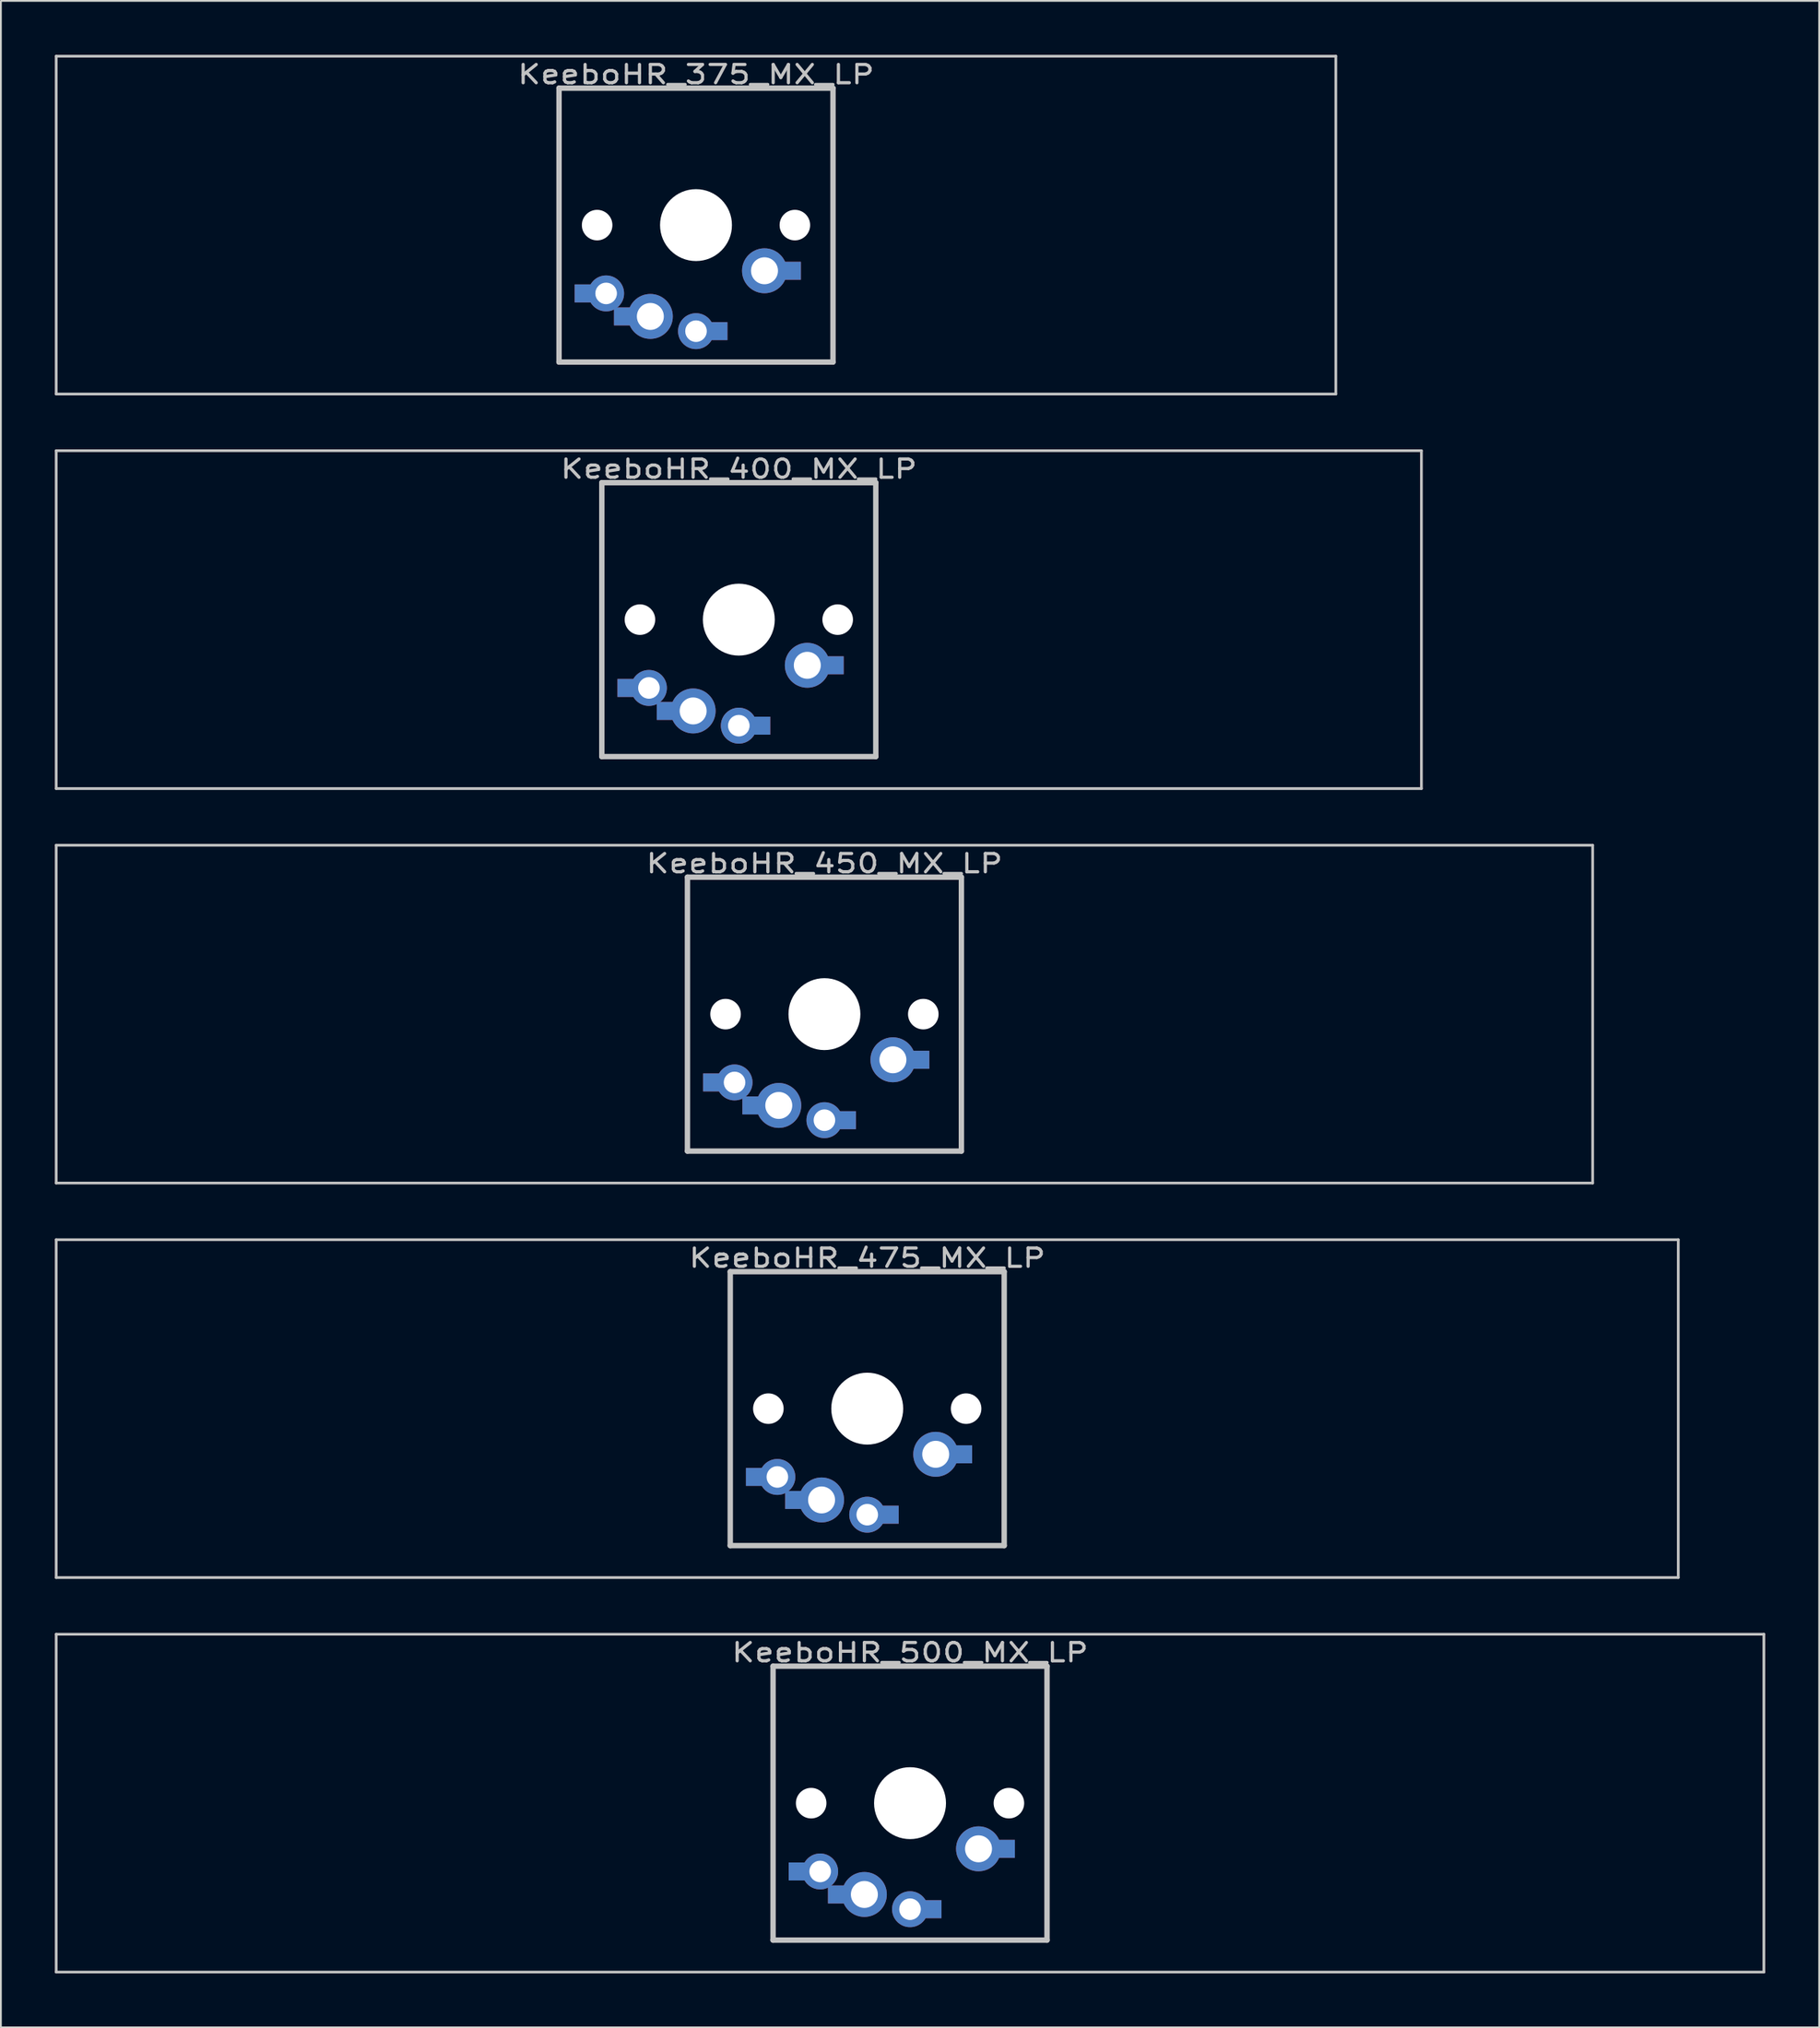
<source format=kicad_pcb>
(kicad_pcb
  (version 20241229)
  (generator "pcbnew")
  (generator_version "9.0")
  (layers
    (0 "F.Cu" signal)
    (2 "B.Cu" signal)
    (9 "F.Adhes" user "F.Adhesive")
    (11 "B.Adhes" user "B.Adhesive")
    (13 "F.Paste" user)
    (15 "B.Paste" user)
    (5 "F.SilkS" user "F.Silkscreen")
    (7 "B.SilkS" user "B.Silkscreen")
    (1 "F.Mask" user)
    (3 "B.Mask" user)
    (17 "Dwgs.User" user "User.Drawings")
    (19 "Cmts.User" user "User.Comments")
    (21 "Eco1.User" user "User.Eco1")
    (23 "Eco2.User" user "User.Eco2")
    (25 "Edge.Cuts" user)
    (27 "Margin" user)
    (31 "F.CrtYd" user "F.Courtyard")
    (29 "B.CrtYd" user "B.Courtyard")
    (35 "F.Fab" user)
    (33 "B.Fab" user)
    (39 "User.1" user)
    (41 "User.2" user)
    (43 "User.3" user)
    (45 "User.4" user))
  (footprint "KeeboHR_400_MX_LP"
    (layer "F.Cu")
    (at 38.049 31.423)
    (property "Reference" "KeeboHR_400_MX_LP" (at 0 -8.382 0) (layer "Dwgs.User") (effects (font (size 1.016 1.27) (thickness 0.178))))
    (attr through_hole)
    (fp_line (start -37.973 -9.398) (end 37.973 -9.398) (stroke (width 0.152) (type solid)) (layer "Dwgs.User"))
    (fp_line (start -37.973 9.398) (end -37.973 -9.398) (stroke (width 0.152) (type solid)) (layer "Dwgs.User"))
    (fp_line (start -7.62 -7.62) (end 7.62 -7.62) (stroke (width 0.3) (type solid)) (layer "Dwgs.User"))
    (fp_line (start -7.62 7.62) (end -7.62 -7.62) (stroke (width 0.3) (type solid)) (layer "Dwgs.User"))
    (fp_line (start 7.62 -7.62) (end 7.62 7.62) (stroke (width 0.3) (type solid)) (layer "Dwgs.User"))
    (fp_line (start 7.62 7.62) (end -7.62 7.62) (stroke (width 0.3) (type solid)) (layer "Dwgs.User"))
    (fp_line (start 37.973 -9.398) (end 37.973 9.398) (stroke (width 0.152) (type solid)) (layer "Dwgs.User"))
    (fp_line (start 37.973 9.398) (end -37.973 9.398) (stroke (width 0.152) (type solid)) (layer "Dwgs.User"))
    (pad "" np_thru_hole circle (at -5.5 0) (size 1.7 1.7) (drill 1.7) (layers "*.Cu" "*.Mask"))
    (pad "" np_thru_hole circle (at 0 0) (size 4 4) (drill 4) (layers "*.Cu" "*.Mask"))
    (pad "" np_thru_hole circle (at 5.5 0) (size 1.7 1.7) (drill 1.7) (layers "*.Cu" "*.Mask"))
    (pad "1" thru_hole circle (at 0 5.9) (size 2 2) (drill 1.2) (layers "*.Cu" "*.Mask"))
    (pad "1" smd rect (at 1.25 5.9) (size 1 1) (layers "*.Cu" "*.Mask"))
    (pad "1" thru_hole circle (at 3.81 2.54) (size 2.5 2.5) (drill 1.5) (layers "*.Cu" "*.Mask"))
    (pad "1" smd rect (at 5.334 2.54) (size 1 1) (layers "*.Cu" "*.Mask"))
    (pad "2" smd rect (at -6.25 3.8) (size 1 1) (layers "*.Cu" "*.Mask"))
    (pad "2" thru_hole circle (at -5 3.8) (size 2 2) (drill 1.2) (layers "*.Cu" "*.Mask"))
    (pad "2" smd rect (at -4.064 5.08) (size 1 1) (layers "*.Cu" "*.Mask"))
    (pad "2" thru_hole circle (at -2.54 5.08) (size 2.5 2.5) (drill 1.5) (layers "*.Cu" "*.Mask")))
  (footprint "KeeboHR_375_MX_LP"
    (layer "F.Cu")
    (at 35.668 9.474)
    (property "Reference" "KeeboHR_375_MX_LP" (at 0 -8.382 0) (layer "Dwgs.User") (effects (font (size 1.016 1.27) (thickness 0.178))))
    (attr through_hole)
    (fp_line (start -35.592 -9.398) (end 35.592 -9.398) (stroke (width 0.152) (type solid)) (layer "Dwgs.User"))
    (fp_line (start -35.592 9.398) (end -35.592 -9.398) (stroke (width 0.152) (type solid)) (layer "Dwgs.User"))
    (fp_line (start -7.62 -7.62) (end 7.62 -7.62) (stroke (width 0.3) (type solid)) (layer "Dwgs.User"))
    (fp_line (start -7.62 7.62) (end -7.62 -7.62) (stroke (width 0.3) (type solid)) (layer "Dwgs.User"))
    (fp_line (start 7.62 -7.62) (end 7.62 7.62) (stroke (width 0.3) (type solid)) (layer "Dwgs.User"))
    (fp_line (start 7.62 7.62) (end -7.62 7.62) (stroke (width 0.3) (type solid)) (layer "Dwgs.User"))
    (fp_line (start 35.592 -9.398) (end 35.592 9.398) (stroke (width 0.152) (type solid)) (layer "Dwgs.User"))
    (fp_line (start 35.592 9.398) (end -35.592 9.398) (stroke (width 0.152) (type solid)) (layer "Dwgs.User"))
    (pad "" np_thru_hole circle (at -5.5 0) (size 1.7 1.7) (drill 1.7) (layers "*.Cu" "*.Mask"))
    (pad "" np_thru_hole circle (at 0 0) (size 4 4) (drill 4) (layers "*.Cu" "*.Mask"))
    (pad "" np_thru_hole circle (at 5.5 0) (size 1.7 1.7) (drill 1.7) (layers "*.Cu" "*.Mask"))
    (pad "1" thru_hole circle (at 0 5.9) (size 2 2) (drill 1.2) (layers "*.Cu" "*.Mask"))
    (pad "1" smd rect (at 1.25 5.9) (size 1 1) (layers "*.Cu" "*.Mask"))
    (pad "1" thru_hole circle (at 3.81 2.54) (size 2.5 2.5) (drill 1.5) (layers "*.Cu" "*.Mask"))
    (pad "1" smd rect (at 5.334 2.54) (size 1 1) (layers "*.Cu" "*.Mask"))
    (pad "2" smd rect (at -6.25 3.8) (size 1 1) (layers "*.Cu" "*.Mask"))
    (pad "2" thru_hole circle (at -5 3.8) (size 2 2) (drill 1.2) (layers "*.Cu" "*.Mask"))
    (pad "2" smd rect (at -4.064 5.08) (size 1 1) (layers "*.Cu" "*.Mask"))
    (pad "2" thru_hole circle (at -2.54 5.08) (size 2.5 2.5) (drill 1.5) (layers "*.Cu" "*.Mask")))
  (footprint "KeeboHR_475_MX_LP"
    (layer "F.Cu")
    (at 45.193 75.319)
    (property "Reference" "KeeboHR_475_MX_LP" (at 0 -8.382 0) (layer "Dwgs.User") (effects (font (size 1.016 1.27) (thickness 0.178))))
    (attr through_hole)
    (fp_line (start -45.117 -9.398) (end 45.117 -9.398) (stroke (width 0.152) (type solid)) (layer "Dwgs.User"))
    (fp_line (start -45.117 9.398) (end -45.117 -9.398) (stroke (width 0.152) (type solid)) (layer "Dwgs.User"))
    (fp_line (start -7.62 -7.62) (end 7.62 -7.62) (stroke (width 0.3) (type solid)) (layer "Dwgs.User"))
    (fp_line (start -7.62 7.62) (end -7.62 -7.62) (stroke (width 0.3) (type solid)) (layer "Dwgs.User"))
    (fp_line (start 7.62 -7.62) (end 7.62 7.62) (stroke (width 0.3) (type solid)) (layer "Dwgs.User"))
    (fp_line (start 7.62 7.62) (end -7.62 7.62) (stroke (width 0.3) (type solid)) (layer "Dwgs.User"))
    (fp_line (start 45.117 -9.398) (end 45.117 9.398) (stroke (width 0.152) (type solid)) (layer "Dwgs.User"))
    (fp_line (start 45.117 9.398) (end -45.117 9.398) (stroke (width 0.152) (type solid)) (layer "Dwgs.User"))
    (pad "" np_thru_hole circle (at -5.5 0) (size 1.7 1.7) (drill 1.7) (layers "*.Cu" "*.Mask"))
    (pad "" np_thru_hole circle (at 0 0) (size 4 4) (drill 4) (layers "*.Cu" "*.Mask"))
    (pad "" np_thru_hole circle (at 5.5 0) (size 1.7 1.7) (drill 1.7) (layers "*.Cu" "*.Mask"))
    (pad "1" thru_hole circle (at 0 5.9) (size 2 2) (drill 1.2) (layers "*.Cu" "*.Mask"))
    (pad "1" smd rect (at 1.25 5.9) (size 1 1) (layers "*.Cu" "*.Mask"))
    (pad "1" thru_hole circle (at 3.81 2.54) (size 2.5 2.5) (drill 1.5) (layers "*.Cu" "*.Mask"))
    (pad "1" smd rect (at 5.334 2.54) (size 1 1) (layers "*.Cu" "*.Mask"))
    (pad "2" smd rect (at -6.25 3.8) (size 1 1) (layers "*.Cu" "*.Mask"))
    (pad "2" thru_hole circle (at -5 3.8) (size 2 2) (drill 1.2) (layers "*.Cu" "*.Mask"))
    (pad "2" smd rect (at -4.064 5.08) (size 1 1) (layers "*.Cu" "*.Mask"))
    (pad "2" thru_hole circle (at -2.54 5.08) (size 2.5 2.5) (drill 1.5) (layers "*.Cu" "*.Mask")))
  (footprint "KeeboHR_450_MX_LP"
    (layer "F.Cu")
    (at 42.812 53.371)
    (property "Reference" "KeeboHR_450_MX_LP" (at 0 -8.382 0) (layer "Dwgs.User") (effects (font (size 1.016 1.27) (thickness 0.178))))
    (attr through_hole)
    (fp_line (start -42.736 -9.398) (end 42.736 -9.398) (stroke (width 0.152) (type solid)) (layer "Dwgs.User"))
    (fp_line (start -42.736 9.398) (end -42.736 -9.398) (stroke (width 0.152) (type solid)) (layer "Dwgs.User"))
    (fp_line (start -7.62 -7.62) (end 7.62 -7.62) (stroke (width 0.3) (type solid)) (layer "Dwgs.User"))
    (fp_line (start -7.62 7.62) (end -7.62 -7.62) (stroke (width 0.3) (type solid)) (layer "Dwgs.User"))
    (fp_line (start 7.62 -7.62) (end 7.62 7.62) (stroke (width 0.3) (type solid)) (layer "Dwgs.User"))
    (fp_line (start 7.62 7.62) (end -7.62 7.62) (stroke (width 0.3) (type solid)) (layer "Dwgs.User"))
    (fp_line (start 42.736 -9.398) (end 42.736 9.398) (stroke (width 0.152) (type solid)) (layer "Dwgs.User"))
    (fp_line (start 42.736 9.398) (end -42.736 9.398) (stroke (width 0.152) (type solid)) (layer "Dwgs.User"))
    (pad "" np_thru_hole circle (at -5.5 0) (size 1.7 1.7) (drill 1.7) (layers "*.Cu" "*.Mask"))
    (pad "" np_thru_hole circle (at 0 0) (size 4 4) (drill 4) (layers "*.Cu" "*.Mask"))
    (pad "" np_thru_hole circle (at 5.5 0) (size 1.7 1.7) (drill 1.7) (layers "*.Cu" "*.Mask"))
    (pad "1" thru_hole circle (at 0 5.9) (size 2 2) (drill 1.2) (layers "*.Cu" "*.Mask"))
    (pad "1" smd rect (at 1.25 5.9) (size 1 1) (layers "*.Cu" "*.Mask"))
    (pad "1" thru_hole circle (at 3.81 2.54) (size 2.5 2.5) (drill 1.5) (layers "*.Cu" "*.Mask"))
    (pad "1" smd rect (at 5.334 2.54) (size 1 1) (layers "*.Cu" "*.Mask"))
    (pad "2" smd rect (at -6.25 3.8) (size 1 1) (layers "*.Cu" "*.Mask"))
    (pad "2" thru_hole circle (at -5 3.8) (size 2 2) (drill 1.2) (layers "*.Cu" "*.Mask"))
    (pad "2" smd rect (at -4.064 5.08) (size 1 1) (layers "*.Cu" "*.Mask"))
    (pad "2" thru_hole circle (at -2.54 5.08) (size 2.5 2.5) (drill 1.5) (layers "*.Cu" "*.Mask")))
  (footprint "KeeboHR_500_MX_LP"
    (layer "F.Cu")
    (at 47.574 97.268)
    (property "Reference" "KeeboHR_500_MX_LP" (at 0 -8.382 0) (layer "Dwgs.User") (effects (font (size 1.016 1.27) (thickness 0.178))))
    (attr through_hole)
    (fp_line (start -47.498 -9.398) (end 47.498 -9.398) (stroke (width 0.152) (type solid)) (layer "Dwgs.User"))
    (fp_line (start -47.498 9.398) (end -47.498 -9.398) (stroke (width 0.152) (type solid)) (layer "Dwgs.User"))
    (fp_line (start -7.62 -7.62) (end 7.62 -7.62) (stroke (width 0.3) (type solid)) (layer "Dwgs.User"))
    (fp_line (start -7.62 7.62) (end -7.62 -7.62) (stroke (width 0.3) (type solid)) (layer "Dwgs.User"))
    (fp_line (start 7.62 -7.62) (end 7.62 7.62) (stroke (width 0.3) (type solid)) (layer "Dwgs.User"))
    (fp_line (start 7.62 7.62) (end -7.62 7.62) (stroke (width 0.3) (type solid)) (layer "Dwgs.User"))
    (fp_line (start 47.498 -9.398) (end 47.498 9.398) (stroke (width 0.152) (type solid)) (layer "Dwgs.User"))
    (fp_line (start 47.498 9.398) (end -47.498 9.398) (stroke (width 0.152) (type solid)) (layer "Dwgs.User"))
    (pad "" np_thru_hole circle (at -5.5 0) (size 1.7 1.7) (drill 1.7) (layers "*.Cu" "*.Mask"))
    (pad "" np_thru_hole circle (at 0 0) (size 4 4) (drill 4) (layers "*.Cu" "*.Mask"))
    (pad "" np_thru_hole circle (at 5.5 0) (size 1.7 1.7) (drill 1.7) (layers "*.Cu" "*.Mask"))
    (pad "1" thru_hole circle (at 0 5.9) (size 2 2) (drill 1.2) (layers "*.Cu" "*.Mask"))
    (pad "1" smd rect (at 1.25 5.9) (size 1 1) (layers "*.Cu" "*.Mask"))
    (pad "1" thru_hole circle (at 3.81 2.54) (size 2.5 2.5) (drill 1.5) (layers "*.Cu" "*.Mask"))
    (pad "1" smd rect (at 5.334 2.54) (size 1 1) (layers "*.Cu" "*.Mask"))
    (pad "2" smd rect (at -6.25 3.8) (size 1 1) (layers "*.Cu" "*.Mask"))
    (pad "2" thru_hole circle (at -5 3.8) (size 2 2) (drill 1.2) (layers "*.Cu" "*.Mask"))
    (pad "2" smd rect (at -4.064 5.08) (size 1 1) (layers "*.Cu" "*.Mask"))
    (pad "2" thru_hole circle (at -2.54 5.08) (size 2.5 2.5) (drill 1.5) (layers "*.Cu" "*.Mask")))
  (gr_rect
    (start -3 -3)
    (end 98.148 109.742)
    (stroke (width 0.1) (type default))
    (fill no)
    (layer "Edge.Cuts")))
</source>
